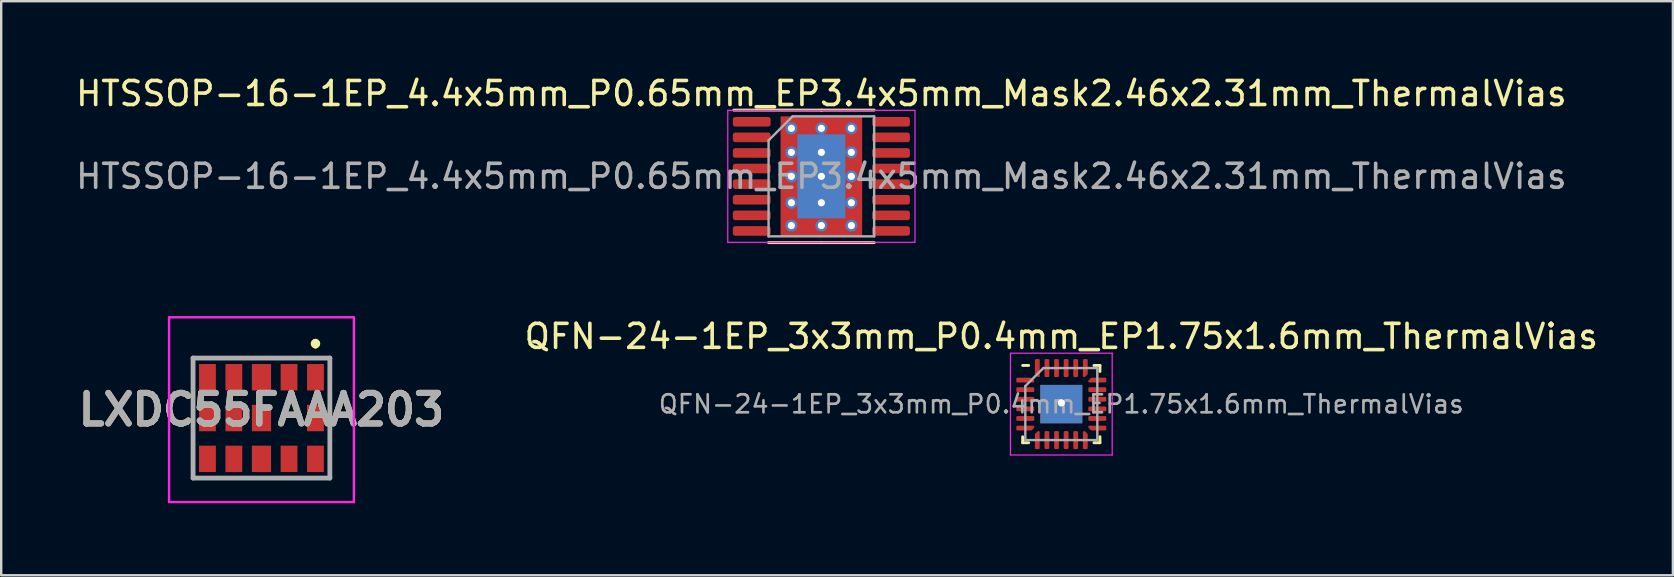
<source format=kicad_pcb>
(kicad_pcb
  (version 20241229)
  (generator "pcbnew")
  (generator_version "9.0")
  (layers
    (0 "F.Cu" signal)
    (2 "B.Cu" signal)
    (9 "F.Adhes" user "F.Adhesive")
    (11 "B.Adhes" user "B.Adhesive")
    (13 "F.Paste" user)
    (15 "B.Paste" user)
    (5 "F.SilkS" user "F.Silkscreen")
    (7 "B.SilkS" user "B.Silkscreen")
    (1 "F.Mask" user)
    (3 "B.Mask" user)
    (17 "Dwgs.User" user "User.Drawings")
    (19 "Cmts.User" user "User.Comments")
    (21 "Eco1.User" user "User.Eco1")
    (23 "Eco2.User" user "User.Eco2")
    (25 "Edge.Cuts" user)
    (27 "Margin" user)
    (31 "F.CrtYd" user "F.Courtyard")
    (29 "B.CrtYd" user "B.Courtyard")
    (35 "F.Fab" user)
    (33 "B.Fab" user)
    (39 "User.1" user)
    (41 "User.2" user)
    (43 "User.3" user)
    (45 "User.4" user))
  (footprint "HTSSOP-16-1EP_4.4x5mm_P0.65mm_EP3.4x5mm_Mask2.46x2.31mm_ThermalVias"
    (layer "F.Cu")
    (at 31.173 4.298)
    (property "Reference" "HTSSOP-16-1EP_4.4x5mm_P0.65mm_EP3.4x5mm_Mask2.46x2.31mm_ThermalVias" (at 0 -3.45 0) (layer "F.SilkS") (effects (font (size 1 1) (thickness 0.15))))
    (attr smd)
    (fp_line (start 0 -2.76) (end -3.65 -2.76) (stroke (width 0.12) (type solid)) (layer "F.SilkS"))
    (fp_line (start 0 -2.76) (end 2.2 -2.76) (stroke (width 0.12) (type solid)) (layer "F.SilkS"))
    (fp_line (start 0 2.76) (end -2.2 2.76) (stroke (width 0.12) (type solid)) (layer "F.SilkS"))
    (fp_line (start 0 2.76) (end 2.2 2.76) (stroke (width 0.12) (type solid)) (layer "F.SilkS"))
    (fp_line (start -3.9 -2.75) (end -3.9 2.75) (stroke (width 0.05) (type solid)) (layer "F.CrtYd"))
    (fp_line (start -3.9 2.75) (end 3.9 2.75) (stroke (width 0.05) (type solid)) (layer "F.CrtYd"))
    (fp_line (start 3.9 -2.75) (end -3.9 -2.75) (stroke (width 0.05) (type solid)) (layer "F.CrtYd"))
    (fp_line (start 3.9 2.75) (end 3.9 -2.75) (stroke (width 0.05) (type solid)) (layer "F.CrtYd"))
    (fp_line (start -2.2 -1.5) (end -1.2 -2.5) (stroke (width 0.1) (type solid)) (layer "F.Fab"))
    (fp_line (start -2.2 2.5) (end -2.2 -1.5) (stroke (width 0.1) (type solid)) (layer "F.Fab"))
    (fp_line (start -1.2 -2.5) (end 2.2 -2.5) (stroke (width 0.1) (type solid)) (layer "F.Fab"))
    (fp_line (start 2.2 -2.5) (end 2.2 2.5) (stroke (width 0.1) (type solid)) (layer "F.Fab"))
    (fp_line (start 2.2 2.5) (end -2.2 2.5) (stroke (width 0.1) (type solid)) (layer "F.Fab"))
    (fp_text user "${REFERENCE}" (at 0 0 0) (layer "F.Fab") (effects (font (size 1 1) (thickness 0.15))))
    (pad "" smd roundrect (at 0 -0.58) (size 1.98 0.93) (layers "F.Paste") (roundrect_rratio 0.25))
    (pad "" smd rect (at 0 0) (size 2.46 2.31) (layers "F.Mask"))
    (pad "" smd roundrect (at 0 0.58) (size 1.98 0.93) (layers "F.Paste") (roundrect_rratio 0.25))
    (pad "1" smd roundrect (at -2.901 -2.275) (size 1.575 0.4) (layers "F.Cu" "F.Mask" "F.Paste") (roundrect_rratio 0.25))
    (pad "2" smd roundrect (at -2.901 -1.625) (size 1.575 0.4) (layers "F.Cu" "F.Mask" "F.Paste") (roundrect_rratio 0.25))
    (pad "3" smd roundrect (at -2.901 -0.975) (size 1.575 0.4) (layers "F.Cu" "F.Mask" "F.Paste") (roundrect_rratio 0.25))
    (pad "4" smd roundrect (at -2.901 -0.325) (size 1.575 0.4) (layers "F.Cu" "F.Mask" "F.Paste") (roundrect_rratio 0.25))
    (pad "5" smd roundrect (at -2.901 0.325) (size 1.575 0.4) (layers "F.Cu" "F.Mask" "F.Paste") (roundrect_rratio 0.25))
    (pad "6" smd roundrect (at -2.901 0.975) (size 1.575 0.4) (layers "F.Cu" "F.Mask" "F.Paste") (roundrect_rratio 0.25))
    (pad "7" smd roundrect (at -2.901 1.625) (size 1.575 0.4) (layers "F.Cu" "F.Mask" "F.Paste") (roundrect_rratio 0.25))
    (pad "8" smd roundrect (at -2.901 2.275) (size 1.575 0.4) (layers "F.Cu" "F.Mask" "F.Paste") (roundrect_rratio 0.25))
    (pad "9" smd roundrect (at 2.901 2.275) (size 1.575 0.4) (layers "F.Cu" "F.Mask" "F.Paste") (roundrect_rratio 0.25))
    (pad "10" smd roundrect (at 2.901 1.625) (size 1.575 0.4) (layers "F.Cu" "F.Mask" "F.Paste") (roundrect_rratio 0.25))
    (pad "11" smd roundrect (at 2.901 0.975) (size 1.575 0.4) (layers "F.Cu" "F.Mask" "F.Paste") (roundrect_rratio 0.25))
    (pad "12" smd roundrect (at 2.901 0.325) (size 1.575 0.4) (layers "F.Cu" "F.Mask" "F.Paste") (roundrect_rratio 0.25))
    (pad "13" smd roundrect (at 2.901 -0.325) (size 1.575 0.4) (layers "F.Cu" "F.Mask" "F.Paste") (roundrect_rratio 0.25))
    (pad "14" smd roundrect (at 2.901 -0.975) (size 1.575 0.4) (layers "F.Cu" "F.Mask" "F.Paste") (roundrect_rratio 0.25))
    (pad "15" smd roundrect (at 2.901 -1.625) (size 1.575 0.4) (layers "F.Cu" "F.Mask" "F.Paste") (roundrect_rratio 0.25))
    (pad "16" smd roundrect (at 2.901 -2.275) (size 1.575 0.4) (layers "F.Cu" "F.Mask" "F.Paste") (roundrect_rratio 0.25))
    (pad "17" thru_hole circle (at -1.25 -2) (size 0.5 0.5) (drill 0.3) (layers "*.Cu"))
    (pad "17" thru_hole circle (at -1.25 -1) (size 0.5 0.5) (drill 0.3) (layers "*.Cu"))
    (pad "17" thru_hole circle (at -1.25 0) (size 0.5 0.5) (drill 0.3) (layers "*.Cu"))
    (pad "17" thru_hole circle (at -1.25 1.1) (size 0.5 0.5) (drill 0.3) (layers "*.Cu"))
    (pad "17" thru_hole circle (at -1.25 2.05) (size 0.5 0.5) (drill 0.3) (layers "*.Cu"))
    (pad "17" thru_hole circle (at 0 -2) (size 0.5 0.5) (drill 0.3) (layers "*.Cu"))
    (pad "17" thru_hole circle (at 0 -1) (size 0.5 0.5) (drill 0.3) (layers "*.Cu"))
    (pad "17" thru_hole circle (at 0 0) (size 0.5 0.5) (drill 0.3) (layers "*.Cu"))
    (pad "17" smd rect (at 0 0) (size 2 3.5) (layers "B.Cu"))
    (pad "17" smd rect (at 0 0) (size 3.4 5) (layers "F.Cu"))
    (pad "17" thru_hole circle (at 0 1.1) (size 0.5 0.5) (drill 0.3) (layers "*.Cu"))
    (pad "17" thru_hole circle (at 0 2.05) (size 0.5 0.5) (drill 0.3) (layers "*.Cu"))
    (pad "17" thru_hole circle (at 1.25 -2) (size 0.5 0.5) (drill 0.3) (layers "*.Cu"))
    (pad "17" thru_hole circle (at 1.25 -1) (size 0.5 0.5) (drill 0.3) (layers "*.Cu"))
    (pad "17" thru_hole circle (at 1.25 0) (size 0.5 0.5) (drill 0.3) (layers "*.Cu"))
    (pad "17" thru_hole circle (at 1.25 1.1) (size 0.5 0.5) (drill 0.3) (layers "*.Cu"))
    (pad "17" thru_hole circle (at 1.25 2.05) (size 0.5 0.5) (drill 0.3) (layers "*.Cu")))
  (footprint "LXDC55FAAA203"
    (layer "F.Cu")
    (at 10.094 12.668)
    (property "Reference" "LXDC55FAAA203" (at -2.25 1.35 0) (layer "F.SilkS") (effects (font (size 1.27 1.27) (thickness 0.254))))
    (attr smd)
    (fp_line (start -5.1 -0.8) (end 0.6 -0.8) (stroke (width 0.1) (type solid)) (layer "F.SilkS"))
    (fp_line (start -5.1 4.2) (end -5.1 -0.8) (stroke (width 0.1) (type solid)) (layer "F.SilkS"))
    (fp_line (start 0 -1.5) (end 0 -1.5) (stroke (width 0.2) (type solid)) (layer "F.SilkS"))
    (fp_line (start 0 -1.3) (end 0 -1.3) (stroke (width 0.2) (type solid)) (layer "F.SilkS"))
    (fp_line (start 0.6 -0.8) (end 0.6 4.2) (stroke (width 0.1) (type solid)) (layer "F.SilkS"))
    (fp_line (start 0.6 4.2) (end -5.1 4.2) (stroke (width 0.1) (type solid)) (layer "F.SilkS"))
    (fp_arc (start 0 -1.5) (mid 0.1 -1.4) (end 0 -1.3) (stroke (width 0.2) (type solid)) (layer "F.SilkS"))
    (fp_arc (start 0 -1.3) (mid -0.1 -1.4) (end 0 -1.5) (stroke (width 0.2) (type solid)) (layer "F.SilkS"))
    (fp_line (start -6.1 -2.5) (end 1.6 -2.5) (stroke (width 0.1) (type solid)) (layer "F.CrtYd"))
    (fp_line (start -6.1 5.2) (end -6.1 -2.5) (stroke (width 0.1) (type solid)) (layer "F.CrtYd"))
    (fp_line (start 1.6 -2.5) (end 1.6 5.2) (stroke (width 0.1) (type solid)) (layer "F.CrtYd"))
    (fp_line (start 1.6 5.2) (end -6.1 5.2) (stroke (width 0.1) (type solid)) (layer "F.CrtYd"))
    (fp_line (start -5.1 -0.8) (end 0.6 -0.8) (stroke (width 0.2) (type solid)) (layer "F.Fab"))
    (fp_line (start -5.1 4.2) (end -5.1 -0.8) (stroke (width 0.2) (type solid)) (layer "F.Fab"))
    (fp_line (start 0.6 -0.8) (end 0.6 4.2) (stroke (width 0.2) (type solid)) (layer "F.Fab"))
    (fp_line (start 0.6 4.2) (end -5.1 4.2) (stroke (width 0.2) (type solid)) (layer "F.Fab"))
    (fp_text user "${REFERENCE}" (at -2.25 1.35 0) (layer "F.Fab") (effects (font (size 1.27 1.27) (thickness 0.254))))
    (pad "1" smd rect (at 0 0) (size 0.7 1.1) (layers "F.Cu" "F.Mask" "F.Paste"))
    (pad "2" smd rect (at -1.1 0) (size 0.7 1.1) (layers "F.Cu" "F.Mask" "F.Paste"))
    (pad "3" smd rect (at -2.25 0) (size 0.8 1.1) (layers "F.Cu" "F.Mask" "F.Paste"))
    (pad "4" smd rect (at -3.4 0) (size 0.7 1.1) (layers "F.Cu" "F.Mask" "F.Paste"))
    (pad "5" smd rect (at -4.5 0) (size 0.7 1.1) (layers "F.Cu" "F.Mask" "F.Paste"))
    (pad "6" smd rect (at -4.5 1.7) (size 0.7 1.1) (layers "F.Cu" "F.Mask" "F.Paste"))
    (pad "7" smd rect (at -4.5 3.4) (size 0.7 1.1) (layers "F.Cu" "F.Mask" "F.Paste"))
    (pad "8" smd rect (at -3.4 3.4) (size 0.7 1.1) (layers "F.Cu" "F.Mask" "F.Paste"))
    (pad "9" smd rect (at -2.25 3.4) (size 0.8 1.1) (layers "F.Cu" "F.Mask" "F.Paste"))
    (pad "10" smd rect (at -1.1 3.4) (size 0.7 1.1) (layers "F.Cu" "F.Mask" "F.Paste"))
    (pad "11" smd rect (at 0 3.4) (size 0.7 1.1) (layers "F.Cu" "F.Mask" "F.Paste"))
    (pad "12" smd rect (at 0 1.7) (size 0.7 1.1) (layers "F.Cu" "F.Mask" "F.Paste"))
    (pad "13" smd rect (at -2.25 1.7) (size 0.8 1.1) (layers "F.Cu" "F.Mask" "F.Paste"))
    (pad "14" smd rect (at -3.4 1.7) (size 0.7 1.1) (layers "F.Cu" "F.Mask" "F.Paste")))
  (footprint "QFN-24-1EP_3x3mm_P0.4mm_EP1.75x1.6mm_ThermalVias"
    (layer "F.Cu")
    (at 41.17 13.787)
    (property "Reference" "QFN-24-1EP_3x3mm_P0.4mm_EP1.75x1.6mm_ThermalVias" (at 0 -2.82 0) (layer "F.SilkS") (effects (font (size 1 1) (thickness 0.15))))
    (attr smd)
    (fp_line (start -1.61 1.61) (end -1.61 1.36) (stroke (width 0.12) (type solid)) (layer "F.SilkS"))
    (fp_line (start -1.36 -1.61) (end -1.61 -1.61) (stroke (width 0.12) (type solid)) (layer "F.SilkS"))
    (fp_line (start -1.36 1.61) (end -1.61 1.61) (stroke (width 0.12) (type solid)) (layer "F.SilkS"))
    (fp_line (start 1.36 -1.61) (end 1.61 -1.61) (stroke (width 0.12) (type solid)) (layer "F.SilkS"))
    (fp_line (start 1.36 1.61) (end 1.61 1.61) (stroke (width 0.12) (type solid)) (layer "F.SilkS"))
    (fp_line (start 1.61 -1.61) (end 1.61 -1.36) (stroke (width 0.12) (type solid)) (layer "F.SilkS"))
    (fp_line (start 1.61 1.61) (end 1.61 1.36) (stroke (width 0.12) (type solid)) (layer "F.SilkS"))
    (fp_line (start -2.12 -2.12) (end -2.12 2.12) (stroke (width 0.05) (type solid)) (layer "F.CrtYd"))
    (fp_line (start -2.12 2.12) (end 2.12 2.12) (stroke (width 0.05) (type solid)) (layer "F.CrtYd"))
    (fp_line (start 2.12 -2.12) (end -2.12 -2.12) (stroke (width 0.05) (type solid)) (layer "F.CrtYd"))
    (fp_line (start 2.12 2.12) (end 2.12 -2.12) (stroke (width 0.05) (type solid)) (layer "F.CrtYd"))
    (fp_line (start -1.5 -0.75) (end -0.75 -1.5) (stroke (width 0.1) (type solid)) (layer "F.Fab"))
    (fp_line (start -1.5 1.5) (end -1.5 -0.75) (stroke (width 0.1) (type solid)) (layer "F.Fab"))
    (fp_line (start -0.75 -1.5) (end 1.5 -1.5) (stroke (width 0.1) (type solid)) (layer "F.Fab"))
    (fp_line (start 1.5 -1.5) (end 1.5 1.5) (stroke (width 0.1) (type solid)) (layer "F.Fab"))
    (fp_line (start 1.5 1.5) (end -1.5 1.5) (stroke (width 0.1) (type solid)) (layer "F.Fab"))
    (fp_text user "${REFERENCE}" (at 0 0 0) (layer "F.Fab") (effects (font (size 0.75 0.75) (thickness 0.11))))
    (pad "" smd roundrect (at -0.44 -0.4) (size 0.76 0.69) (layers "F.Paste") (roundrect_rratio 0.25))
    (pad "" smd roundrect (at -0.44 0.4) (size 0.76 0.69) (layers "F.Paste") (roundrect_rratio 0.25))
    (pad "" smd roundrect (at 0.44 -0.4) (size 0.76 0.69) (layers "F.Paste") (roundrect_rratio 0.25))
    (pad "" smd roundrect (at 0.44 0.4) (size 0.76 0.69) (layers "F.Paste") (roundrect_rratio 0.25))
    (pad "1" smd custom (at -1.5 -1) (size 0.115 0.115) (layers "F.Cu" "F.Mask" "F.Paste") (options (anchor circle)) (primitives (gr_poly (pts (xy 0.335 0.037) (xy 0.335 0.06) (xy -0.335 0.06) (xy -0.335 -0.06) (xy 0.238 -0.06)) (width 0.08) (fill yes))))
    (pad "2" smd roundrect (at -1.5 -0.6) (size 0.75 0.2) (layers "F.Cu" "F.Mask" "F.Paste") (roundrect_rratio 0.25))
    (pad "3" smd roundrect (at -1.5 -0.2) (size 0.75 0.2) (layers "F.Cu" "F.Mask" "F.Paste") (roundrect_rratio 0.25))
    (pad "4" smd roundrect (at -1.5 0.2) (size 0.75 0.2) (layers "F.Cu" "F.Mask" "F.Paste") (roundrect_rratio 0.25))
    (pad "5" smd roundrect (at -1.5 0.6) (size 0.75 0.2) (layers "F.Cu" "F.Mask" "F.Paste") (roundrect_rratio 0.25))
    (pad "6" smd custom (at -1.5 1) (size 0.115 0.115) (layers "F.Cu" "F.Mask" "F.Paste") (options (anchor circle)) (primitives (gr_poly (pts (xy 0.335 -0.037) (xy 0.238 0.06) (xy -0.335 0.06) (xy -0.335 -0.06) (xy 0.335 -0.06)) (width 0.08) (fill yes))))
    (pad "7" smd custom (at -1 1.5) (size 0.115 0.115) (layers "F.Cu" "F.Mask" "F.Paste") (options (anchor circle)) (primitives (gr_poly (pts (xy 0.06 0.335) (xy -0.06 0.335) (xy -0.06 -0.238) (xy 0.037 -0.335) (xy 0.06 -0.335)) (width 0.08) (fill yes))))
    (pad "8" smd roundrect (at -0.6 1.5) (size 0.2 0.75) (layers "F.Cu" "F.Mask" "F.Paste") (roundrect_rratio 0.25))
    (pad "9" smd roundrect (at -0.2 1.5) (size 0.2 0.75) (layers "F.Cu" "F.Mask" "F.Paste") (roundrect_rratio 0.25))
    (pad "10" smd roundrect (at 0.2 1.5) (size 0.2 0.75) (layers "F.Cu" "F.Mask" "F.Paste") (roundrect_rratio 0.25))
    (pad "11" smd roundrect (at 0.6 1.5) (size 0.2 0.75) (layers "F.Cu" "F.Mask" "F.Paste") (roundrect_rratio 0.25))
    (pad "12" smd custom (at 1 1.5) (size 0.115 0.115) (layers "F.Cu" "F.Mask" "F.Paste") (options (anchor circle)) (primitives (gr_poly (pts (xy 0.06 -0.238) (xy 0.06 0.335) (xy -0.06 0.335) (xy -0.06 -0.335) (xy -0.037 -0.335)) (width 0.08) (fill yes))))
    (pad "13" smd custom (at 1.5 1) (size 0.115 0.115) (layers "F.Cu" "F.Mask" "F.Paste") (options (anchor circle)) (primitives (gr_poly (pts (xy 0.335 0.06) (xy -0.238 0.06) (xy -0.335 -0.037) (xy -0.335 -0.06) (xy 0.335 -0.06)) (width 0.08) (fill yes))))
    (pad "14" smd roundrect (at 1.5 0.6) (size 0.75 0.2) (layers "F.Cu" "F.Mask" "F.Paste") (roundrect_rratio 0.25))
    (pad "15" smd roundrect (at 1.5 0.2) (size 0.75 0.2) (layers "F.Cu" "F.Mask" "F.Paste") (roundrect_rratio 0.25))
    (pad "16" smd roundrect (at 1.5 -0.2) (size 0.75 0.2) (layers "F.Cu" "F.Mask" "F.Paste") (roundrect_rratio 0.25))
    (pad "17" smd roundrect (at 1.5 -0.6) (size 0.75 0.2) (layers "F.Cu" "F.Mask" "F.Paste") (roundrect_rratio 0.25))
    (pad "18" smd custom (at 1.5 -1) (size 0.115 0.115) (layers "F.Cu" "F.Mask" "F.Paste") (options (anchor circle)) (primitives (gr_poly (pts (xy 0.335 0.06) (xy -0.335 0.06) (xy -0.335 0.037) (xy -0.238 -0.06) (xy 0.335 -0.06)) (width 0.08) (fill yes))))
    (pad "19" smd custom (at 1 -1.5) (size 0.115 0.115) (layers "F.Cu" "F.Mask" "F.Paste") (options (anchor circle)) (primitives (gr_poly (pts (xy 0.06 0.238) (xy -0.037 0.335) (xy -0.06 0.335) (xy -0.06 -0.335) (xy 0.06 -0.335)) (width 0.08) (fill yes))))
    (pad "20" smd roundrect (at 0.6 -1.5) (size 0.2 0.75) (layers "F.Cu" "F.Mask" "F.Paste") (roundrect_rratio 0.25))
    (pad "21" smd roundrect (at 0.2 -1.5) (size 0.2 0.75) (layers "F.Cu" "F.Mask" "F.Paste") (roundrect_rratio 0.25))
    (pad "22" smd roundrect (at -0.2 -1.5) (size 0.2 0.75) (layers "F.Cu" "F.Mask" "F.Paste") (roundrect_rratio 0.25))
    (pad "23" smd roundrect (at -0.6 -1.5) (size 0.2 0.75) (layers "F.Cu" "F.Mask" "F.Paste") (roundrect_rratio 0.25))
    (pad "24" smd custom (at -1 -1.5) (size 0.115 0.115) (layers "F.Cu" "F.Mask" "F.Paste") (options (anchor circle)) (primitives (gr_poly (pts (xy 0.06 0.335) (xy 0.037 0.335) (xy -0.06 0.238) (xy -0.06 -0.335) (xy 0.06 -0.335)) (width 0.08) (fill yes))))
    (pad "25" thru_hole circle (at 0 -0.05 270) (size 0.5 0.5) (drill 0.3) (property pad_prop_castellated) (layers "*.Cu" "*.Mask"))
    (pad "25" smd rect (at 0 0) (size 1.75 1.6) (layers "F.Cu" "F.Mask"))
    (pad "25" smd rect (at 0 0) (size 1.75 1.6) (layers "B.Cu")))
  (gr_rect
    (start -3 -3)
    (end 66.652 20.918)
    (stroke (width 0.1) (type default))
    (fill no)
    (layer "Edge.Cuts")))
</source>
